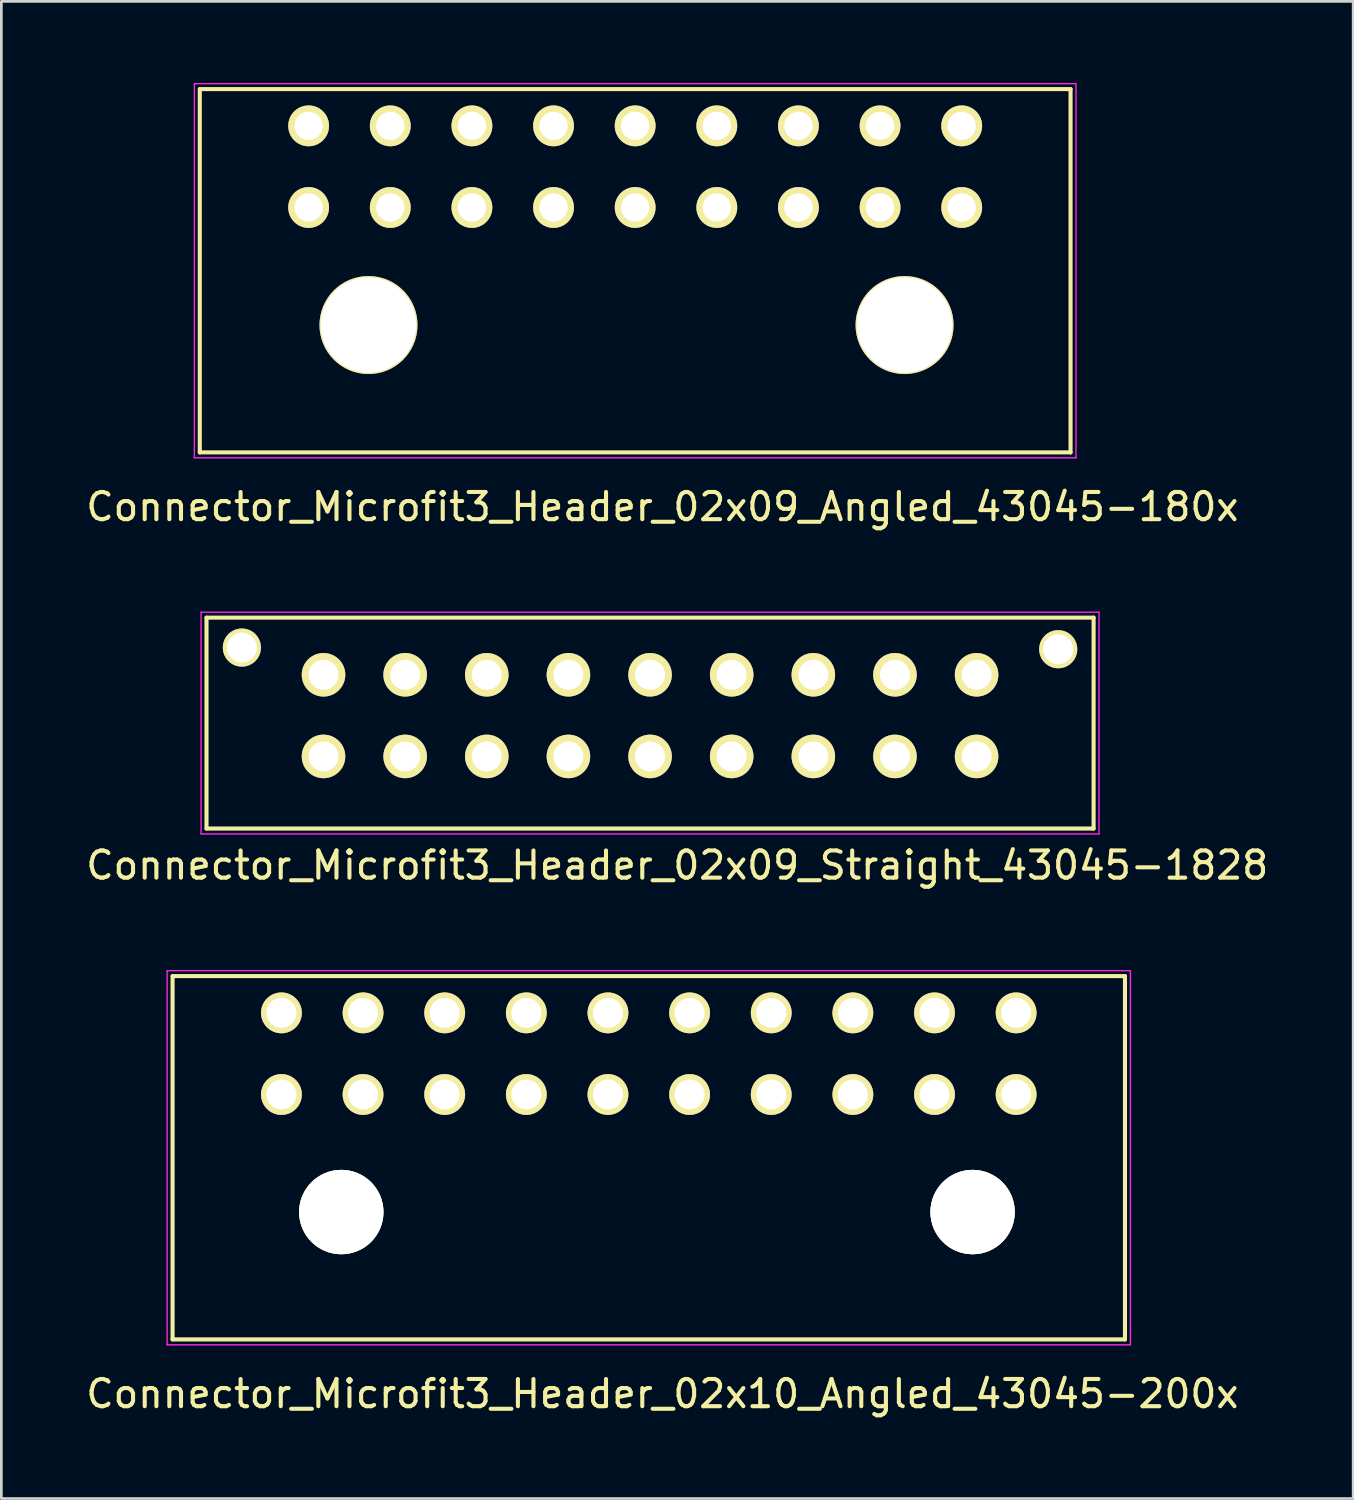
<source format=kicad_pcb>
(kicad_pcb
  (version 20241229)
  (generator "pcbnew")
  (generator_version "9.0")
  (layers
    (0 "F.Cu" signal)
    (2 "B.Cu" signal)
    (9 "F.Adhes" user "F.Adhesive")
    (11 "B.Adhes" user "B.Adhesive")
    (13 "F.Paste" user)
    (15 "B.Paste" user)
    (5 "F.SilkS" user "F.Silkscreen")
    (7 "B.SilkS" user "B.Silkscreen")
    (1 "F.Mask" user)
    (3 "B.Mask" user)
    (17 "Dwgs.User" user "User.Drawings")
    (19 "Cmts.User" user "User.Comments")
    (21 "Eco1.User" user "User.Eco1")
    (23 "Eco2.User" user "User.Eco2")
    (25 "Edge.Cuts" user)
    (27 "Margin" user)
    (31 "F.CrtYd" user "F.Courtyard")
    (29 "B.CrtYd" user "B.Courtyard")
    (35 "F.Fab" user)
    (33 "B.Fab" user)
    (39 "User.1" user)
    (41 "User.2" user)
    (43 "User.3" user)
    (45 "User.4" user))
  (footprint "Connector_Microfit3_Header_02x09_Angled_43045-180x"
    (layer "F.Cu")
    (at 32.292 4.575)
    (property "Reference" "Connector_Microfit3_Header_02x09_Angled_43045-180x" (at -11 11 0) (layer "F.SilkS") (effects (font (size 1 1) (thickness 0.15))))
    (attr through_hole)
    (fp_line (start -28 -4.35) (end 4 -4.35) (stroke (width 0.15) (type solid)) (layer "F.SilkS"))
    (fp_line (start -28 9) (end -28 -4.35) (stroke (width 0.15) (type solid)) (layer "F.SilkS"))
    (fp_line (start 4 -4.35) (end 4 9) (stroke (width 0.15) (type solid)) (layer "F.SilkS"))
    (fp_line (start 4 9) (end -28 9) (stroke (width 0.15) (type solid)) (layer "F.SilkS"))
    (fp_line (start -28.2 -4.55) (end -28.2 9.2) (stroke (width 0.05) (type solid)) (layer "F.CrtYd"))
    (fp_line (start -28.2 9.2) (end 4.2 9.2) (stroke (width 0.05) (type solid)) (layer "F.CrtYd"))
    (fp_line (start 4.2 -4.55) (end -28.2 -4.55) (stroke (width 0.05) (type solid)) (layer "F.CrtYd"))
    (fp_line (start 4.2 9.2) (end 4.2 -4.55) (stroke (width 0.05) (type solid)) (layer "F.CrtYd"))
    (pad "" thru_hole circle (at -21.8 4.32) (size 3.6 3.6) (drill 3.5) (layers "*.Cu" "*.Mask" "F.SilkS"))
    (pad "" thru_hole circle (at -2.1 4.32) (size 3.6 3.6) (drill 3.5) (layers "*.Cu" "*.Mask" "F.SilkS"))
    (pad "1" thru_hole circle (at 0 0) (size 1.5 1.5) (drill 1.04) (layers "*.Cu" "*.Mask" "F.SilkS"))
    (pad "2" thru_hole circle (at -3 0) (size 1.5 1.5) (drill 1.04) (layers "*.Cu" "*.Mask" "F.SilkS"))
    (pad "3" thru_hole circle (at -6 0) (size 1.5 1.5) (drill 1.04) (layers "*.Cu" "*.Mask" "F.SilkS"))
    (pad "4" thru_hole circle (at -9 0) (size 1.5 1.5) (drill 1.04) (layers "*.Cu" "*.Mask" "F.SilkS"))
    (pad "5" thru_hole circle (at -12 0) (size 1.5 1.5) (drill 1.04) (layers "*.Cu" "*.Mask" "F.SilkS"))
    (pad "6" thru_hole circle (at -15 0) (size 1.5 1.5) (drill 1.04) (layers "*.Cu" "*.Mask" "F.SilkS"))
    (pad "7" thru_hole circle (at -18 0) (size 1.5 1.5) (drill 1.04) (layers "*.Cu" "*.Mask" "F.SilkS"))
    (pad "8" thru_hole circle (at -21 0) (size 1.5 1.5) (drill 1.04) (layers "*.Cu" "*.Mask" "F.SilkS"))
    (pad "9" thru_hole circle (at -24 0) (size 1.5 1.5) (drill 1.04) (layers "*.Cu" "*.Mask" "F.SilkS"))
    (pad "10" thru_hole circle (at 0 -3) (size 1.5 1.5) (drill 1.04) (layers "*.Cu" "*.Mask" "F.SilkS"))
    (pad "11" thru_hole circle (at -3 -3) (size 1.5 1.5) (drill 1.04) (layers "*.Cu" "*.Mask" "F.SilkS"))
    (pad "12" thru_hole circle (at -6 -3) (size 1.5 1.5) (drill 1.04) (layers "*.Cu" "*.Mask" "F.SilkS"))
    (pad "13" thru_hole circle (at -9 -3) (size 1.5 1.5) (drill 1.04) (layers "*.Cu" "*.Mask" "F.SilkS"))
    (pad "14" thru_hole circle (at -12 -3) (size 1.5 1.5) (drill 1.04) (layers "*.Cu" "*.Mask" "F.SilkS"))
    (pad "15" thru_hole circle (at -15 -3) (size 1.5 1.5) (drill 1.04) (layers "*.Cu" "*.Mask" "F.SilkS"))
    (pad "16" thru_hole circle (at -18 -3) (size 1.5 1.5) (drill 1.04) (layers "*.Cu" "*.Mask" "F.SilkS"))
    (pad "17" thru_hole circle (at -21 -3) (size 1.5 1.5) (drill 1.04) (layers "*.Cu" "*.Mask" "F.SilkS"))
    (pad "18" thru_hole circle (at -24 -3) (size 1.5 1.5) (drill 1.04) (layers "*.Cu" "*.Mask" "F.SilkS")))
  (footprint "Connector_Microfit3_Header_02x10_Angled_43045-200x"
    (layer "F.Cu")
    (at 34.292 37.172)
    (property "Reference" "Connector_Microfit3_Header_02x10_Angled_43045-200x" (at -13 11 0) (layer "F.SilkS") (effects (font (size 1 1) (thickness 0.15))))
    (attr through_hole)
    (fp_line (start -31 -4.35) (end 4 -4.35) (stroke (width 0.15) (type solid)) (layer "F.SilkS"))
    (fp_line (start -31 9) (end -31 -4.35) (stroke (width 0.15) (type solid)) (layer "F.SilkS"))
    (fp_line (start 4 -4.35) (end 4 9) (stroke (width 0.15) (type solid)) (layer "F.SilkS"))
    (fp_line (start 4 9) (end -31 9) (stroke (width 0.15) (type solid)) (layer "F.SilkS"))
    (fp_line (start -31.2 -4.55) (end -31.2 9.2) (stroke (width 0.05) (type solid)) (layer "F.CrtYd"))
    (fp_line (start -31.2 9.2) (end 4.2 9.2) (stroke (width 0.05) (type solid)) (layer "F.CrtYd"))
    (fp_line (start 4.2 -4.55) (end -31.2 -4.55) (stroke (width 0.05) (type solid)) (layer "F.CrtYd"))
    (fp_line (start 4.2 9.2) (end 4.2 -4.55) (stroke (width 0.05) (type solid)) (layer "F.CrtYd"))
    (pad "" thru_hole circle (at -24.8 4.32) (size 3.1 3.1) (drill 3.1) (layers "*.Cu" "*.Mask" "F.SilkS"))
    (pad "" thru_hole circle (at -1.6 4.32) (size 3.1 3.1) (drill 3.1) (layers "*.Cu" "*.Mask" "F.SilkS"))
    (pad "1" thru_hole circle (at 0 0) (size 1.5 1.5) (drill 1.1) (layers "*.Cu" "*.Mask" "F.SilkS"))
    (pad "2" thru_hole circle (at -3 0) (size 1.5 1.5) (drill 1.1) (layers "*.Cu" "*.Mask" "F.SilkS"))
    (pad "3" thru_hole circle (at -6 0) (size 1.5 1.5) (drill 1.1) (layers "*.Cu" "*.Mask" "F.SilkS"))
    (pad "4" thru_hole circle (at -9 0) (size 1.5 1.5) (drill 1.1) (layers "*.Cu" "*.Mask" "F.SilkS"))
    (pad "5" thru_hole circle (at -12 0) (size 1.5 1.5) (drill 1.1) (layers "*.Cu" "*.Mask" "F.SilkS"))
    (pad "6" thru_hole circle (at -15 0) (size 1.5 1.5) (drill 1.1) (layers "*.Cu" "*.Mask" "F.SilkS"))
    (pad "7" thru_hole circle (at -18 0) (size 1.5 1.5) (drill 1.1) (layers "*.Cu" "*.Mask" "F.SilkS"))
    (pad "8" thru_hole circle (at -21 0) (size 1.5 1.5) (drill 1.1) (layers "*.Cu" "*.Mask" "F.SilkS"))
    (pad "9" thru_hole circle (at -24 0) (size 1.5 1.5) (drill 1.1) (layers "*.Cu" "*.Mask" "F.SilkS"))
    (pad "10" thru_hole circle (at -27 0) (size 1.5 1.5) (drill 1.1) (layers "*.Cu" "*.Mask" "F.SilkS"))
    (pad "11" thru_hole circle (at 0 -3) (size 1.5 1.5) (drill 1.1) (layers "*.Cu" "*.Mask" "F.SilkS"))
    (pad "12" thru_hole circle (at -3 -3) (size 1.5 1.5) (drill 1.1) (layers "*.Cu" "*.Mask" "F.SilkS"))
    (pad "13" thru_hole circle (at -6 -3) (size 1.5 1.5) (drill 1.1) (layers "*.Cu" "*.Mask" "F.SilkS"))
    (pad "14" thru_hole circle (at -9 -3) (size 1.5 1.5) (drill 1.1) (layers "*.Cu" "*.Mask" "F.SilkS"))
    (pad "15" thru_hole circle (at -12 -3) (size 1.5 1.5) (drill 1.1) (layers "*.Cu" "*.Mask" "F.SilkS"))
    (pad "16" thru_hole circle (at -15 -3) (size 1.5 1.5) (drill 1.1) (layers "*.Cu" "*.Mask" "F.SilkS"))
    (pad "17" thru_hole circle (at -18 -3) (size 1.5 1.5) (drill 1.1) (layers "*.Cu" "*.Mask" "F.SilkS"))
    (pad "18" thru_hole circle (at -21 -3) (size 1.5 1.5) (drill 1.1) (layers "*.Cu" "*.Mask" "F.SilkS"))
    (pad "19" thru_hole circle (at -24 -3) (size 1.5 1.5) (drill 1.1) (layers "*.Cu" "*.Mask" "F.SilkS"))
    (pad "20" thru_hole circle (at -27 -3) (size 1.5 1.5) (drill 1.1) (layers "*.Cu" "*.Mask" "F.SilkS")))
  (footprint "Connector_Microfit3_Header_02x09_Straight_43045-1828"
    (layer "F.Cu")
    (at 32.839 24.748)
    (property "Reference" "Connector_Microfit3_Header_02x09_Straight_43045-1828" (at -11 4 0) (layer "F.SilkS") (effects (font (size 1 1) (thickness 0.15))))
    (attr through_hole)
    (fp_line (start -28.3 2.65) (end -28.3 -5.1) (stroke (width 0.15) (type solid)) (layer "F.SilkS"))
    (fp_line (start 4.3 -5.1) (end -28.3 -5.1) (stroke (width 0.15) (type solid)) (layer "F.SilkS"))
    (fp_line (start 4.3 2.65) (end -28.3 2.65) (stroke (width 0.15) (type solid)) (layer "F.SilkS"))
    (fp_line (start 4.3 2.65) (end 4.3 -5.1) (stroke (width 0.15) (type solid)) (layer "F.SilkS"))
    (fp_line (start -28.5 2.85) (end -28.5 -5.3) (stroke (width 0.05) (type solid)) (layer "F.CrtYd"))
    (fp_line (start 4.5 -5.3) (end -28.5 -5.3) (stroke (width 0.05) (type solid)) (layer "F.CrtYd"))
    (fp_line (start 4.5 2.85) (end -28.5 2.85) (stroke (width 0.05) (type solid)) (layer "F.CrtYd"))
    (fp_line (start 4.5 2.85) (end 4.5 -5.3) (stroke (width 0.05) (type solid)) (layer "F.CrtYd"))
    (pad "" thru_hole circle (at -27 -4) (size 1.4 1.4) (drill 1.1) (layers "*.Cu" "*.Mask" "F.SilkS"))
    (pad "" thru_hole circle (at 3 -3.94) (size 1.4 1.4) (drill 1.1) (layers "*.Cu" "*.Mask" "F.SilkS"))
    (pad "1" thru_hole circle (at 0 0) (size 1.6 1.6) (drill 1.1) (layers "*.Cu" "*.Mask" "F.SilkS"))
    (pad "2" thru_hole circle (at -3 0) (size 1.6 1.6) (drill 1.1) (layers "*.Cu" "*.Mask" "F.SilkS"))
    (pad "3" thru_hole circle (at -6 0) (size 1.6 1.6) (drill 1.1) (layers "*.Cu" "*.Mask" "F.SilkS"))
    (pad "4" thru_hole circle (at -9 0) (size 1.6 1.6) (drill 1.1) (layers "*.Cu" "*.Mask" "F.SilkS"))
    (pad "5" thru_hole circle (at -12 0) (size 1.6 1.6) (drill 1.1) (layers "*.Cu" "*.Mask" "F.SilkS"))
    (pad "6" thru_hole circle (at -15 0) (size 1.6 1.6) (drill 1.1) (layers "*.Cu" "*.Mask" "F.SilkS"))
    (pad "7" thru_hole circle (at -18 0) (size 1.6 1.6) (drill 1.1) (layers "*.Cu" "*.Mask" "F.SilkS"))
    (pad "8" thru_hole circle (at -21 0) (size 1.6 1.6) (drill 1.1) (layers "*.Cu" "*.Mask" "F.SilkS"))
    (pad "9" thru_hole circle (at -24 0) (size 1.6 1.6) (drill 1.1) (layers "*.Cu" "*.Mask" "F.SilkS"))
    (pad "10" thru_hole circle (at 0 -3) (size 1.6 1.6) (drill 1.1) (layers "*.Cu" "*.Mask" "F.SilkS"))
    (pad "11" thru_hole circle (at -3 -3) (size 1.6 1.6) (drill 1.1) (layers "*.Cu" "*.Mask" "F.SilkS"))
    (pad "12" thru_hole circle (at -6 -3) (size 1.6 1.6) (drill 1.1) (layers "*.Cu" "*.Mask" "F.SilkS"))
    (pad "13" thru_hole circle (at -9 -3) (size 1.6 1.6) (drill 1.1) (layers "*.Cu" "*.Mask" "F.SilkS"))
    (pad "14" thru_hole circle (at -12 -3) (size 1.6 1.6) (drill 1.1) (layers "*.Cu" "*.Mask" "F.SilkS"))
    (pad "15" thru_hole circle (at -15 -3) (size 1.6 1.6) (drill 1.1) (layers "*.Cu" "*.Mask" "F.SilkS"))
    (pad "16" thru_hole circle (at -18 -3) (size 1.6 1.6) (drill 1.1) (layers "*.Cu" "*.Mask" "F.SilkS"))
    (pad "17" thru_hole circle (at -21 -3) (size 1.6 1.6) (drill 1.1) (layers "*.Cu" "*.Mask" "F.SilkS"))
    (pad "18" thru_hole circle (at -24 -3) (size 1.6 1.6) (drill 1.1) (layers "*.Cu" "*.Mask" "F.SilkS")))
  (gr_rect
    (start -3 -3)
    (end 46.679 52.02)
    (stroke (width 0.1) (type default))
    (fill no)
    (layer "Edge.Cuts")))
</source>
